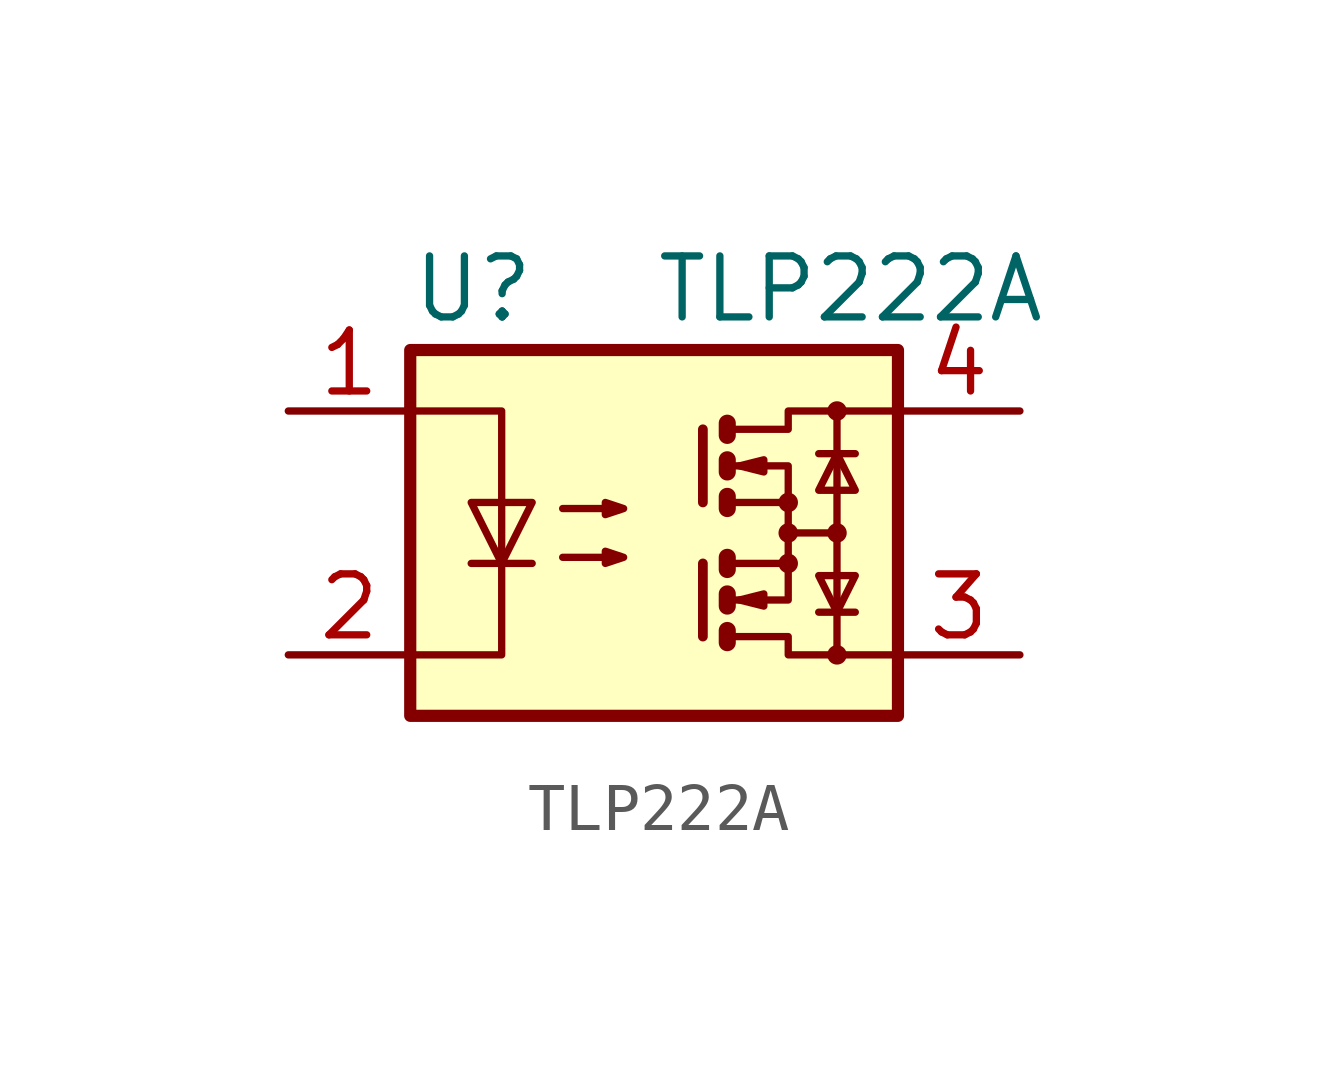
<source format=kicad_sym>
(kicad_symbol_lib
  (version 20211014)
  (generator kicad_symbol_editor)
  (symbol "TLP222A"
    (property "Reference" "U"
      (at -5.08 5.08 0)
      (effects (font (size 1.27 1.27)) (justify left)))
    (property "Value" "TLP222A"
      (at 0 5.08 0)
      (effects (font (size 1.27 1.27)) (justify left)))
    (symbol "TLP222A_0_1"
      (rectangle (start -5.08 3.81) (end 5.08 -3.81) (stroke (width 0.254) (type default) (color 0 0 0 0)) (fill (type background)))
      (polyline (pts (xy -3.81 -0.635) (xy -2.54 -0.635)) (stroke (width 0) (type default) (color 0 0 0 0)) (fill (type none)))
      (polyline (pts (xy 1.016 -0.635) (xy 1.016 -2.159)) (stroke (width 0.203) (type default) (color 0 0 0 0)) (fill (type none)))
      (polyline (pts (xy 1.016 2.159) (xy 1.016 0.635)) (stroke (width 0.203) (type default) (color 0 0 0 0)) (fill (type none)))
      (polyline (pts (xy 1.524 -0.508) (xy 1.524 -0.762)) (stroke (width 0.356) (type default) (color 0 0 0 0)) (fill (type none)))
      (polyline (pts (xy 2.794 0) (xy 3.81 0)) (stroke (width 0) (type default) (color 0 0 0 0)) (fill (type none)))
      (polyline (pts (xy 3.429 -1.651) (xy 4.191 -1.651)) (stroke (width 0) (type default) (color 0 0 0 0)) (fill (type none)))
      (polyline (pts (xy 3.429 1.651) (xy 4.191 1.651)) (stroke (width 0) (type default) (color 0 0 0 0)) (fill (type none)))
      (polyline (pts (xy 3.81 -2.54) (xy 3.81 2.54)) (stroke (width 0) (type default) (color 0 0 0 0)) (fill (type none)))
      (polyline (pts (xy 1.524 -2.032) (xy 1.524 -2.286) (xy 1.524 -2.286)) (stroke (width 0.356) (type default) (color 0 0 0 0)) (fill (type none)))
      (polyline (pts (xy 1.524 -1.27) (xy 1.524 -1.524) (xy 1.524 -1.524)) (stroke (width 0.356) (type default) (color 0 0 0 0)) (fill (type none)))
      (polyline (pts (xy 1.524 0.762) (xy 1.524 0.508) (xy 1.524 0.508)) (stroke (width 0.356) (type default) (color 0 0 0 0)) (fill (type none)))
      (polyline (pts (xy 1.524 1.524) (xy 1.524 1.27) (xy 1.524 1.27)) (stroke (width 0.356) (type default) (color 0 0 0 0)) (fill (type none)))
      (polyline (pts (xy 1.524 2.286) (xy 1.524 2.032) (xy 1.524 2.032)) (stroke (width 0.356) (type default) (color 0 0 0 0)) (fill (type none)))
      (polyline (pts (xy 1.651 -1.397) (xy 2.794 -1.397) (xy 2.794 -0.635)) (stroke (width 0) (type default) (color 0 0 0 0)) (fill (type none)))
      (polyline (pts (xy 1.651 1.397) (xy 2.794 1.397) (xy 2.794 0.635)) (stroke (width 0) (type default) (color 0 0 0 0)) (fill (type none)))
      (polyline (pts (xy -5.08 2.54) (xy -3.175 2.54) (xy -3.175 -2.54) (xy -5.08 -2.54)) (stroke (width 0) (type default) (color 0 0 0 0)) (fill (type none)))
      (polyline (pts (xy -3.175 -0.635) (xy -3.81 0.635) (xy -2.54 0.635) (xy -3.175 -0.635)) (stroke (width 0) (type default) (color 0 0 0 0)) (fill (type none)))
      (polyline (pts (xy 1.651 -2.159) (xy 2.794 -2.159) (xy 2.794 -2.54) (xy 5.08 -2.54)) (stroke (width 0) (type default) (color 0 0 0 0)) (fill (type none)))
      (polyline (pts (xy 1.651 -0.635) (xy 2.794 -0.635) (xy 2.794 0.635) (xy 1.651 0.635)) (stroke (width 0) (type default) (color 0 0 0 0)) (fill (type none)))
      (polyline (pts (xy 1.651 2.159) (xy 2.794 2.159) (xy 2.794 2.54) (xy 5.08 2.54)) (stroke (width 0) (type default) (color 0 0 0 0)) (fill (type none)))
      (polyline (pts (xy 1.778 -1.397) (xy 2.286 -1.27) (xy 2.286 -1.524) (xy 1.778 -1.397)) (stroke (width 0) (type default) (color 0 0 0 0)) (fill (type none)))
      (polyline (pts (xy 1.778 1.397) (xy 2.286 1.524) (xy 2.286 1.27) (xy 1.778 1.397)) (stroke (width 0) (type default) (color 0 0 0 0)) (fill (type none)))
      (polyline (pts (xy 3.81 -1.651) (xy 3.429 -0.889) (xy 4.191 -0.889) (xy 3.81 -1.651)) (stroke (width 0) (type default) (color 0 0 0 0)) (fill (type none)))
      (polyline (pts (xy 3.81 1.651) (xy 3.429 0.889) (xy 4.191 0.889) (xy 3.81 1.651)) (stroke (width 0) (type default) (color 0 0 0 0)) (fill (type none)))
      (polyline (pts (xy -1.905 -0.508) (xy -0.635 -0.508) (xy -1.016 -0.635) (xy -1.016 -0.381) (xy -0.635 -0.508)) (stroke (width 0) (type default) (color 0 0 0 0)) (fill (type none)))
      (polyline (pts (xy -1.905 0.508) (xy -0.635 0.508) (xy -1.016 0.381) (xy -1.016 0.635) (xy -0.635 0.508)) (stroke (width 0) (type default) (color 0 0 0 0)) (fill (type none)))
      (circle (center 2.794 -0.635) (radius 0.127) (stroke (width 0) (type default) (color 0 0 0 0)) (fill (type none)))
      (circle (center 2.794 0) (radius 0.127) (stroke (width 0) (type default) (color 0 0 0 0)) (fill (type none)))
      (circle (center 2.794 0.635) (radius 0.127) (stroke (width 0) (type default) (color 0 0 0 0)) (fill (type none)))
      (circle (center 3.81 -2.54) (radius 0.127) (stroke (width 0) (type default) (color 0 0 0 0)) (fill (type none)))
      (circle (center 3.81 0) (radius 0.127) (stroke (width 0) (type default) (color 0 0 0 0)) (fill (type none)))
      (circle (center 3.81 2.54) (radius 0.127) (stroke (width 0) (type default) (color 0 0 0 0)) (fill (type none))))
    (symbol "TLP222A_1_1"
      (pin passive line (at -7.62 2.54 0) (length 2.54) (name "~" (effects (font (size 1.27 1.27)))) (number "1" (effects (font (size 1.27 1.27)))))
      (pin passive line (at -7.62 -2.54 0) (length 2.54) (name "~" (effects (font (size 1.27 1.27)))) (number "2" (effects (font (size 1.27 1.27)))))
      (pin passive line (at 7.62 -2.54 180) (length 2.54) (name "~" (effects (font (size 1.27 1.27)))) (number "3" (effects (font (size 1.27 1.27)))))
      (pin passive line (at 7.62 2.54 180) (length 2.54) (name "~" (effects (font (size 1.27 1.27)))) (number "4" (effects (font (size 1.27 1.27))))))))
</source>
